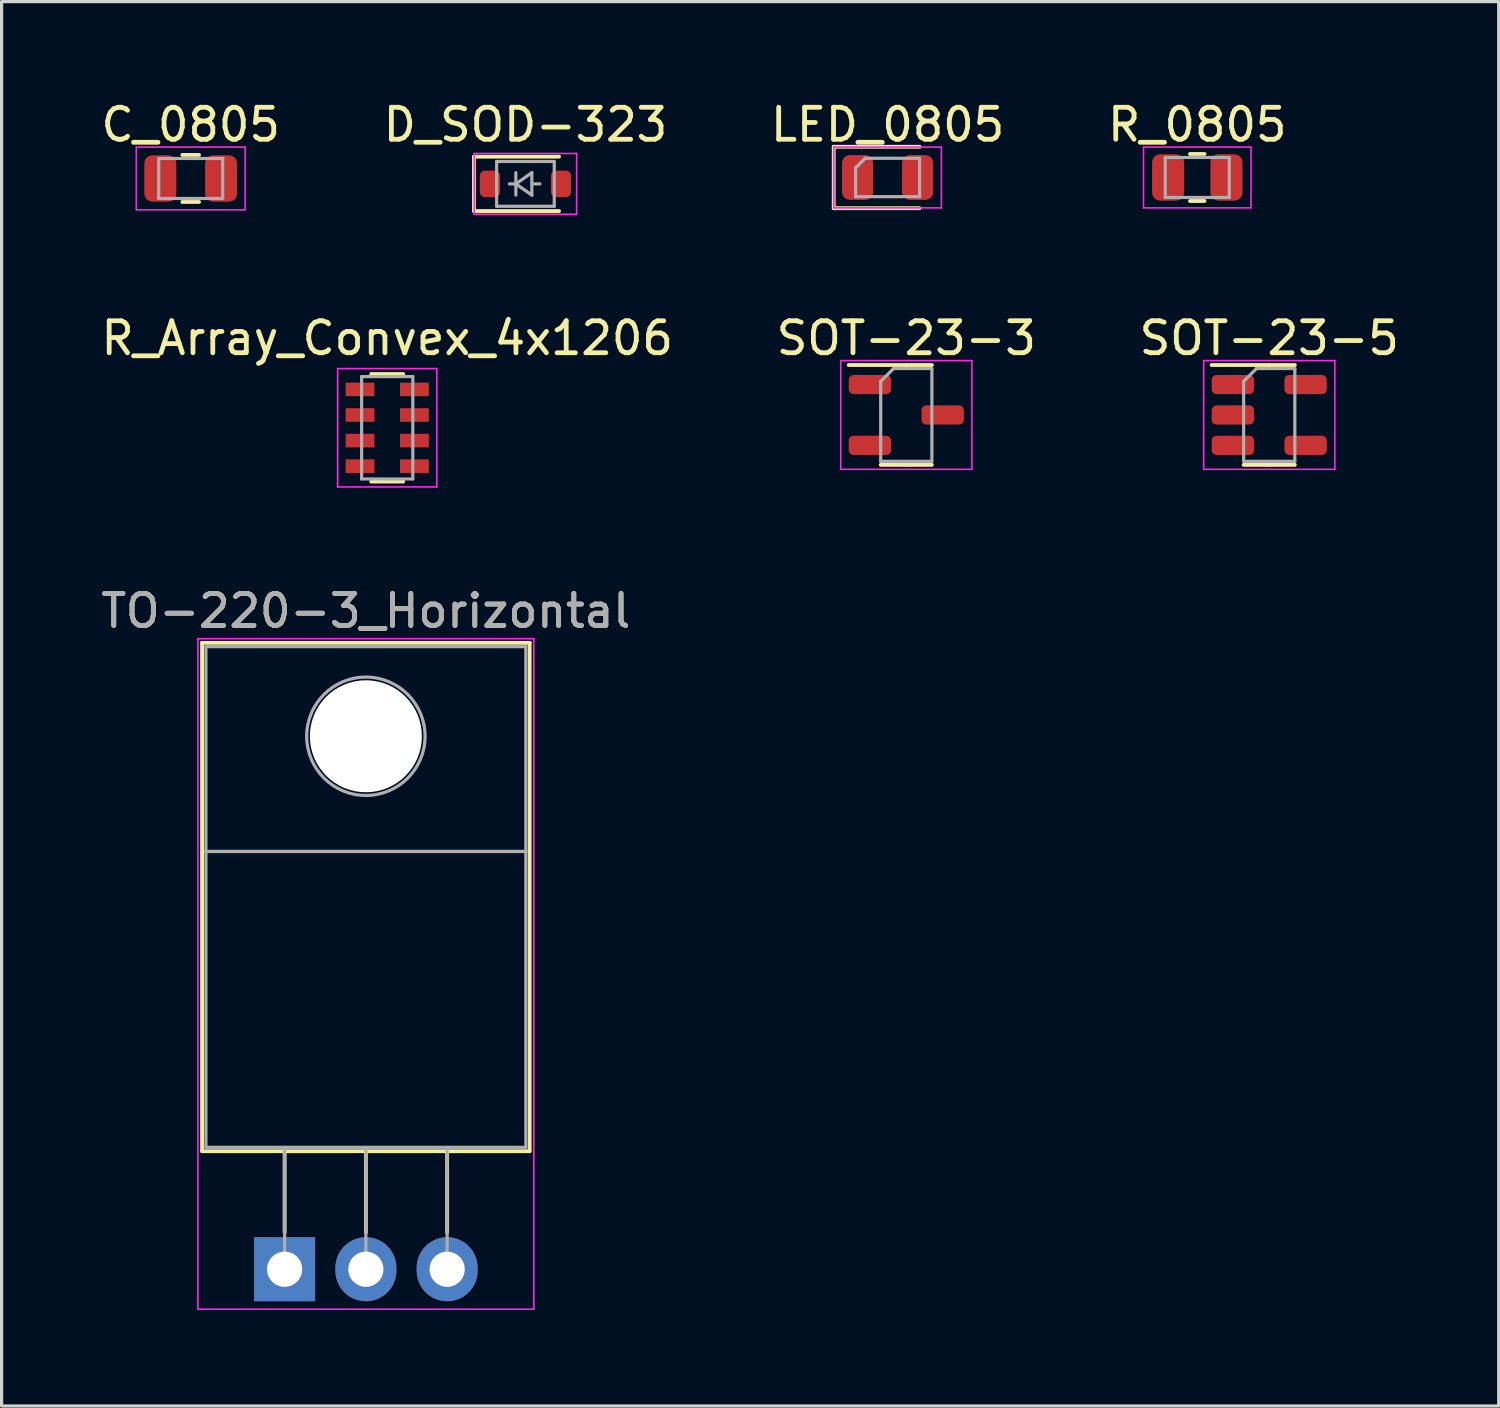
<source format=kicad_pcb>
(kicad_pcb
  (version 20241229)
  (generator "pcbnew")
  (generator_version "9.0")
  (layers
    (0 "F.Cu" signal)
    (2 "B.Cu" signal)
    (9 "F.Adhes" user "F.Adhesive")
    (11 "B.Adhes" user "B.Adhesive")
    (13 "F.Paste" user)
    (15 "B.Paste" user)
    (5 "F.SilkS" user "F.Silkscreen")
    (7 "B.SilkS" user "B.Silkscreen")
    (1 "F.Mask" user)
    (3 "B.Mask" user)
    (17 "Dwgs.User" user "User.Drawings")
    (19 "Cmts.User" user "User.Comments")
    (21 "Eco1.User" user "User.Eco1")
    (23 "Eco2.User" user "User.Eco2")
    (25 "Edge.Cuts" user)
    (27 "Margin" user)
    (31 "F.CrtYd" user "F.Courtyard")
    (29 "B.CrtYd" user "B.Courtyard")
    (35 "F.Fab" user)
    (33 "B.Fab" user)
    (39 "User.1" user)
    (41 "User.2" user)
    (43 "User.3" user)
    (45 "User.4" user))
  (footprint "R_0805"
    (layer "F.Cu")
    (at 34.375 2.498)
    (property "Reference" "R_0805" (at 0 -1.65 0) (layer "F.SilkS") (effects (font (size 1 1) (thickness 0.15))))
    (attr smd)
    (fp_line (start -0.227 -0.735) (end 0.227 -0.735) (stroke (width 0.12) (type solid)) (layer "F.SilkS"))
    (fp_line (start -0.227 0.735) (end 0.227 0.735) (stroke (width 0.12) (type solid)) (layer "F.SilkS"))
    (fp_line (start -1.68 -0.95) (end 1.68 -0.95) (stroke (width 0.05) (type solid)) (layer "F.CrtYd"))
    (fp_line (start -1.68 0.95) (end -1.68 -0.95) (stroke (width 0.05) (type solid)) (layer "F.CrtYd"))
    (fp_line (start 1.68 -0.95) (end 1.68 0.95) (stroke (width 0.05) (type solid)) (layer "F.CrtYd"))
    (fp_line (start 1.68 0.95) (end -1.68 0.95) (stroke (width 0.05) (type solid)) (layer "F.CrtYd"))
    (fp_line (start -1 -0.625) (end 1 -0.625) (stroke (width 0.1) (type solid)) (layer "F.Fab"))
    (fp_line (start -1 0.625) (end -1 -0.625) (stroke (width 0.1) (type solid)) (layer "F.Fab"))
    (fp_line (start 1 -0.625) (end 1 0.625) (stroke (width 0.1) (type solid)) (layer "F.Fab"))
    (fp_line (start 1 0.625) (end -1 0.625) (stroke (width 0.1) (type solid)) (layer "F.Fab"))
    (pad "1" smd roundrect (at -0.912 0) (size 1 1.45) (layers "F.Cu" "F.Mask" "F.Paste") (roundrect_rratio 0.25))
    (pad "2" smd roundrect (at 0.912 0) (size 1 1.45) (layers "F.Cu" "F.Mask" "F.Paste") (roundrect_rratio 0.25)))
  (footprint "D_SOD-323"
    (layer "F.Cu")
    (at 13.375 2.698)
    (property "Reference" "D_SOD-323" (at 0 -1.85 0) (layer "F.SilkS") (effects (font (size 1 1) (thickness 0.15))))
    (attr smd)
    (fp_line (start -1.61 -0.85) (end -1.61 0.85) (stroke (width 0.12) (type solid)) (layer "F.SilkS"))
    (fp_line (start -1.61 -0.85) (end 1.05 -0.85) (stroke (width 0.12) (type solid)) (layer "F.SilkS"))
    (fp_line (start -1.61 0.85) (end 1.05 0.85) (stroke (width 0.12) (type solid)) (layer "F.SilkS"))
    (fp_line (start -1.6 -0.95) (end -1.6 0.95) (stroke (width 0.05) (type solid)) (layer "F.CrtYd"))
    (fp_line (start -1.6 -0.95) (end 1.6 -0.95) (stroke (width 0.05) (type solid)) (layer "F.CrtYd"))
    (fp_line (start -1.6 0.95) (end 1.6 0.95) (stroke (width 0.05) (type solid)) (layer "F.CrtYd"))
    (fp_line (start 1.6 -0.95) (end 1.6 0.95) (stroke (width 0.05) (type solid)) (layer "F.CrtYd"))
    (fp_line (start -0.9 -0.7) (end 0.9 -0.7) (stroke (width 0.1) (type solid)) (layer "F.Fab"))
    (fp_line (start -0.9 0.7) (end -0.9 -0.7) (stroke (width 0.1) (type solid)) (layer "F.Fab"))
    (fp_line (start -0.3 -0.35) (end -0.3 0.35) (stroke (width 0.1) (type solid)) (layer "F.Fab"))
    (fp_line (start -0.3 0) (end -0.5 0) (stroke (width 0.1) (type solid)) (layer "F.Fab"))
    (fp_line (start -0.3 0) (end 0.2 -0.35) (stroke (width 0.1) (type solid)) (layer "F.Fab"))
    (fp_line (start 0.2 -0.35) (end 0.2 0.35) (stroke (width 0.1) (type solid)) (layer "F.Fab"))
    (fp_line (start 0.2 0) (end 0.45 0) (stroke (width 0.1) (type solid)) (layer "F.Fab"))
    (fp_line (start 0.2 0.35) (end -0.3 0) (stroke (width 0.1) (type solid)) (layer "F.Fab"))
    (fp_line (start 0.9 -0.7) (end 0.9 0.7) (stroke (width 0.1) (type solid)) (layer "F.Fab"))
    (fp_line (start 0.9 0.7) (end -0.9 0.7) (stroke (width 0.1) (type solid)) (layer "F.Fab"))
    (pad "1" smd roundrect (at -1.11 0) (size 0.63 0.83) (layers "F.Cu" "F.Mask" "F.Paste") (roundrect_rratio 0.25))
    (pad "2" smd roundrect (at 1.11 0) (size 0.63 0.83) (layers "F.Cu" "F.Mask" "F.Paste") (roundrect_rratio 0.25)))
  (footprint "TO-220-3_Horizontal"
    (layer "F.Cu")
    (at 5.847 36.625)
    (property "Reference" "TO-220-3_Horizontal" (at 2.54 -20.58 0) (layer "F.SilkS") (effects (font (size 1 1) (thickness 0.15))))
    (attr through_hole)
    (fp_line (start -2.58 -19.58) (end -2.58 -3.69) (stroke (width 0.12) (type solid)) (layer "F.SilkS"))
    (fp_line (start -2.58 -19.58) (end 7.66 -19.58) (stroke (width 0.12) (type solid)) (layer "F.SilkS"))
    (fp_line (start -2.58 -3.69) (end 7.66 -3.69) (stroke (width 0.12) (type solid)) (layer "F.SilkS"))
    (fp_line (start 0 -3.69) (end 0 -1.15) (stroke (width 0.12) (type solid)) (layer "F.SilkS"))
    (fp_line (start 2.54 -3.69) (end 2.54 -1.15) (stroke (width 0.12) (type solid)) (layer "F.SilkS"))
    (fp_line (start 5.08 -3.69) (end 5.08 -1.15) (stroke (width 0.12) (type solid)) (layer "F.SilkS"))
    (fp_line (start 7.66 -19.58) (end 7.66 -3.69) (stroke (width 0.12) (type solid)) (layer "F.SilkS"))
    (fp_line (start -2.71 -19.71) (end -2.71 1.25) (stroke (width 0.05) (type solid)) (layer "F.CrtYd"))
    (fp_line (start -2.71 1.25) (end 7.79 1.25) (stroke (width 0.05) (type solid)) (layer "F.CrtYd"))
    (fp_line (start 7.79 -19.71) (end -2.71 -19.71) (stroke (width 0.05) (type solid)) (layer "F.CrtYd"))
    (fp_line (start 7.79 1.25) (end 7.79 -19.71) (stroke (width 0.05) (type solid)) (layer "F.CrtYd"))
    (fp_line (start -2.46 -19.46) (end 7.54 -19.46) (stroke (width 0.1) (type solid)) (layer "F.Fab"))
    (fp_line (start -2.46 -13.06) (end -2.46 -19.46) (stroke (width 0.1) (type solid)) (layer "F.Fab"))
    (fp_line (start -2.46 -13.06) (end 7.54 -13.06) (stroke (width 0.1) (type solid)) (layer "F.Fab"))
    (fp_line (start -2.46 -3.81) (end -2.46 -13.06) (stroke (width 0.1) (type solid)) (layer "F.Fab"))
    (fp_line (start 0 -3.81) (end 0 0) (stroke (width 0.1) (type solid)) (layer "F.Fab"))
    (fp_line (start 2.54 -3.81) (end 2.54 0) (stroke (width 0.1) (type solid)) (layer "F.Fab"))
    (fp_line (start 5.08 -3.81) (end 5.08 0) (stroke (width 0.1) (type solid)) (layer "F.Fab"))
    (fp_line (start 7.54 -19.46) (end 7.54 -13.06) (stroke (width 0.1) (type solid)) (layer "F.Fab"))
    (fp_line (start 7.54 -13.06) (end -2.46 -13.06) (stroke (width 0.1) (type solid)) (layer "F.Fab"))
    (fp_line (start 7.54 -13.06) (end 7.54 -3.81) (stroke (width 0.1) (type solid)) (layer "F.Fab"))
    (fp_line (start 7.54 -3.81) (end -2.46 -3.81) (stroke (width 0.1) (type solid)) (layer "F.Fab"))
    (fp_circle (center 2.54 -16.66) (end 4.39 -16.66) (stroke (width 0.1) (type solid)) (fill no) (layer "F.Fab"))
    (fp_text user "${REFERENCE}" (at 2.54 -20.58 0) (layer "F.Fab") (effects (font (size 1 1) (thickness 0.15))))
    (pad "" np_thru_hole oval (at 2.54 -16.66) (size 3.5 3.5) (drill 3.5) (layers "*.Cu" "*.Mask"))
    (pad "1" thru_hole rect (at 0 0) (size 1.905 2) (drill 1.1) (layers "*.Cu" "*.Mask"))
    (pad "2" thru_hole oval (at 2.54 0) (size 1.905 2) (drill 1.1) (layers "*.Cu" "*.Mask"))
    (pad "3" thru_hole oval (at 5.08 0) (size 1.905 2) (drill 1.1) (layers "*.Cu" "*.Mask")))
  (footprint "SOT-23-3"
    (layer "F.Cu")
    (at 25.28 9.921)
    (property "Reference" "SOT-23-3" (at 0 -2.4 0) (layer "F.SilkS") (effects (font (size 1 1) (thickness 0.15))))
    (attr smd)
    (fp_line (start 0 -1.56) (end -1.8 -1.56) (stroke (width 0.12) (type solid)) (layer "F.SilkS"))
    (fp_line (start 0 -1.56) (end 0.8 -1.56) (stroke (width 0.12) (type solid)) (layer "F.SilkS"))
    (fp_line (start 0 1.56) (end -0.8 1.56) (stroke (width 0.12) (type solid)) (layer "F.SilkS"))
    (fp_line (start 0 1.56) (end 0.8 1.56) (stroke (width 0.12) (type solid)) (layer "F.SilkS"))
    (fp_line (start -2.05 -1.7) (end -2.05 1.7) (stroke (width 0.05) (type solid)) (layer "F.CrtYd"))
    (fp_line (start -2.05 1.7) (end 2.05 1.7) (stroke (width 0.05) (type solid)) (layer "F.CrtYd"))
    (fp_line (start 2.05 -1.7) (end -2.05 -1.7) (stroke (width 0.05) (type solid)) (layer "F.CrtYd"))
    (fp_line (start 2.05 1.7) (end 2.05 -1.7) (stroke (width 0.05) (type solid)) (layer "F.CrtYd"))
    (fp_line (start -0.8 -1.05) (end -0.4 -1.45) (stroke (width 0.1) (type solid)) (layer "F.Fab"))
    (fp_line (start -0.8 1.45) (end -0.8 -1.05) (stroke (width 0.1) (type solid)) (layer "F.Fab"))
    (fp_line (start -0.4 -1.45) (end 0.8 -1.45) (stroke (width 0.1) (type solid)) (layer "F.Fab"))
    (fp_line (start 0.8 -1.45) (end 0.8 1.45) (stroke (width 0.1) (type solid)) (layer "F.Fab"))
    (fp_line (start 0.8 1.45) (end -0.8 1.45) (stroke (width 0.1) (type solid)) (layer "F.Fab"))
    (pad "1" smd roundrect (at -1.137 -0.95) (size 1.325 0.6) (layers "F.Cu" "F.Mask" "F.Paste") (roundrect_rratio 0.25))
    (pad "2" smd roundrect (at -1.137 0.95) (size 1.325 0.6) (layers "F.Cu" "F.Mask" "F.Paste") (roundrect_rratio 0.25))
    (pad "3" smd roundrect (at 1.137 0) (size 1.325 0.6) (layers "F.Cu" "F.Mask" "F.Paste") (roundrect_rratio 0.25)))
  (footprint "C_0805"
    (layer "F.Cu")
    (at 2.911 2.528)
    (property "Reference" "C_0805" (at 0 -1.68 0) (layer "F.SilkS") (effects (font (size 1 1) (thickness 0.15))))
    (attr smd)
    (fp_line (start -0.261 -0.735) (end 0.261 -0.735) (stroke (width 0.12) (type solid)) (layer "F.SilkS"))
    (fp_line (start -0.261 0.735) (end 0.261 0.735) (stroke (width 0.12) (type solid)) (layer "F.SilkS"))
    (fp_line (start -1.7 -0.98) (end 1.7 -0.98) (stroke (width 0.05) (type solid)) (layer "F.CrtYd"))
    (fp_line (start -1.7 0.98) (end -1.7 -0.98) (stroke (width 0.05) (type solid)) (layer "F.CrtYd"))
    (fp_line (start 1.7 -0.98) (end 1.7 0.98) (stroke (width 0.05) (type solid)) (layer "F.CrtYd"))
    (fp_line (start 1.7 0.98) (end -1.7 0.98) (stroke (width 0.05) (type solid)) (layer "F.CrtYd"))
    (fp_line (start -1 -0.625) (end 1 -0.625) (stroke (width 0.1) (type solid)) (layer "F.Fab"))
    (fp_line (start -1 0.625) (end -1 -0.625) (stroke (width 0.1) (type solid)) (layer "F.Fab"))
    (fp_line (start 1 -0.625) (end 1 0.625) (stroke (width 0.1) (type solid)) (layer "F.Fab"))
    (fp_line (start 1 0.625) (end -1 0.625) (stroke (width 0.1) (type solid)) (layer "F.Fab"))
    (pad "1" smd roundrect (at -0.95 0) (size 1 1.45) (layers "F.Cu" "F.Mask" "F.Paste") (roundrect_rratio 0.25))
    (pad "2" smd roundrect (at 0.95 0) (size 1 1.45) (layers "F.Cu" "F.Mask" "F.Paste") (roundrect_rratio 0.25)))
  (footprint "SOT-23-5"
    (layer "F.Cu")
    (at 36.625 9.921)
    (property "Reference" "SOT-23-5" (at 0 -2.4 0) (layer "F.SilkS") (effects (font (size 1 1) (thickness 0.15))))
    (attr smd)
    (fp_line (start 0 -1.56) (end -1.8 -1.56) (stroke (width 0.12) (type solid)) (layer "F.SilkS"))
    (fp_line (start 0 -1.56) (end 0.8 -1.56) (stroke (width 0.12) (type solid)) (layer "F.SilkS"))
    (fp_line (start 0 1.56) (end -0.8 1.56) (stroke (width 0.12) (type solid)) (layer "F.SilkS"))
    (fp_line (start 0 1.56) (end 0.8 1.56) (stroke (width 0.12) (type solid)) (layer "F.SilkS"))
    (fp_line (start -2.05 -1.7) (end -2.05 1.7) (stroke (width 0.05) (type solid)) (layer "F.CrtYd"))
    (fp_line (start -2.05 1.7) (end 2.05 1.7) (stroke (width 0.05) (type solid)) (layer "F.CrtYd"))
    (fp_line (start 2.05 -1.7) (end -2.05 -1.7) (stroke (width 0.05) (type solid)) (layer "F.CrtYd"))
    (fp_line (start 2.05 1.7) (end 2.05 -1.7) (stroke (width 0.05) (type solid)) (layer "F.CrtYd"))
    (fp_line (start -0.8 -1.05) (end -0.4 -1.45) (stroke (width 0.1) (type solid)) (layer "F.Fab"))
    (fp_line (start -0.8 1.45) (end -0.8 -1.05) (stroke (width 0.1) (type solid)) (layer "F.Fab"))
    (fp_line (start -0.4 -1.45) (end 0.8 -1.45) (stroke (width 0.1) (type solid)) (layer "F.Fab"))
    (fp_line (start 0.8 -1.45) (end 0.8 1.45) (stroke (width 0.1) (type solid)) (layer "F.Fab"))
    (fp_line (start 0.8 1.45) (end -0.8 1.45) (stroke (width 0.1) (type solid)) (layer "F.Fab"))
    (pad "1" smd roundrect (at -1.137 -0.95) (size 1.325 0.6) (layers "F.Cu" "F.Mask" "F.Paste") (roundrect_rratio 0.25))
    (pad "2" smd roundrect (at -1.137 0) (size 1.325 0.6) (layers "F.Cu" "F.Mask" "F.Paste") (roundrect_rratio 0.25))
    (pad "3" smd roundrect (at -1.137 0.95) (size 1.325 0.6) (layers "F.Cu" "F.Mask" "F.Paste") (roundrect_rratio 0.25))
    (pad "4" smd roundrect (at 1.137 0.95) (size 1.325 0.6) (layers "F.Cu" "F.Mask" "F.Paste") (roundrect_rratio 0.25))
    (pad "5" smd roundrect (at 1.137 -0.95) (size 1.325 0.6) (layers "F.Cu" "F.Mask" "F.Paste") (roundrect_rratio 0.25)))
  (footprint "LED_0805"
    (layer "F.Cu")
    (at 24.696 2.498)
    (property "Reference" "LED_0805" (at 0 -1.65 0) (layer "F.SilkS") (effects (font (size 1 1) (thickness 0.15))))
    (attr smd)
    (fp_line (start -1.685 -0.96) (end -1.685 0.96) (stroke (width 0.12) (type solid)) (layer "F.SilkS"))
    (fp_line (start -1.685 0.96) (end 1 0.96) (stroke (width 0.12) (type solid)) (layer "F.SilkS"))
    (fp_line (start 1 -0.96) (end -1.685 -0.96) (stroke (width 0.12) (type solid)) (layer "F.SilkS"))
    (fp_line (start -1.68 -0.95) (end 1.68 -0.95) (stroke (width 0.05) (type solid)) (layer "F.CrtYd"))
    (fp_line (start -1.68 0.95) (end -1.68 -0.95) (stroke (width 0.05) (type solid)) (layer "F.CrtYd"))
    (fp_line (start 1.68 -0.95) (end 1.68 0.95) (stroke (width 0.05) (type solid)) (layer "F.CrtYd"))
    (fp_line (start 1.68 0.95) (end -1.68 0.95) (stroke (width 0.05) (type solid)) (layer "F.CrtYd"))
    (fp_line (start -1 -0.3) (end -1 0.6) (stroke (width 0.1) (type solid)) (layer "F.Fab"))
    (fp_line (start -1 0.6) (end 1 0.6) (stroke (width 0.1) (type solid)) (layer "F.Fab"))
    (fp_line (start -0.7 -0.6) (end -1 -0.3) (stroke (width 0.1) (type solid)) (layer "F.Fab"))
    (fp_line (start 1 -0.6) (end -0.7 -0.6) (stroke (width 0.1) (type solid)) (layer "F.Fab"))
    (fp_line (start 1 0.6) (end 1 -0.6) (stroke (width 0.1) (type solid)) (layer "F.Fab"))
    (pad "1" smd roundrect (at -0.938 0) (size 0.975 1.4) (layers "F.Cu" "F.Mask" "F.Paste") (roundrect_rratio 0.25))
    (pad "2" smd roundrect (at 0.938 0) (size 0.975 1.4) (layers "F.Cu" "F.Mask" "F.Paste") (roundrect_rratio 0.25)))
  (footprint "R_Array_Convex_4x1206"
    (layer "F.Cu")
    (at 9.054 10.322)
    (property "Reference" "R_Array_Convex_4x1206" (at 0 -2.8 0) (layer "F.SilkS") (effects (font (size 1 1) (thickness 0.15))))
    (attr smd)
    (fp_line (start 0.5 -1.68) (end -0.5 -1.68) (stroke (width 0.12) (type solid)) (layer "F.SilkS"))
    (fp_line (start 0.5 1.68) (end -0.5 1.68) (stroke (width 0.12) (type solid)) (layer "F.SilkS"))
    (fp_line (start -1.55 -1.85) (end -1.55 1.85) (stroke (width 0.05) (type solid)) (layer "F.CrtYd"))
    (fp_line (start -1.55 -1.85) (end 1.55 -1.85) (stroke (width 0.05) (type solid)) (layer "F.CrtYd"))
    (fp_line (start 1.55 1.85) (end -1.55 1.85) (stroke (width 0.05) (type solid)) (layer "F.CrtYd"))
    (fp_line (start 1.55 1.85) (end 1.55 -1.85) (stroke (width 0.05) (type solid)) (layer "F.CrtYd"))
    (fp_line (start -0.8 -1.6) (end 0.8 -1.6) (stroke (width 0.1) (type solid)) (layer "F.Fab"))
    (fp_line (start -0.8 1.6) (end -0.8 -1.6) (stroke (width 0.1) (type solid)) (layer "F.Fab"))
    (fp_line (start 0.8 -1.6) (end 0.8 1.6) (stroke (width 0.1) (type solid)) (layer "F.Fab"))
    (fp_line (start 0.8 1.6) (end -0.8 1.6) (stroke (width 0.1) (type solid)) (layer "F.Fab"))
    (pad "1" smd rect (at -0.85 -1.2) (size 0.9 0.425) (layers "F.Cu" "F.Mask" "F.Paste"))
    (pad "2" smd rect (at -0.85 -0.4) (size 0.9 0.425) (layers "F.Cu" "F.Mask" "F.Paste"))
    (pad "3" smd rect (at -0.85 0.4) (size 0.9 0.425) (layers "F.Cu" "F.Mask" "F.Paste"))
    (pad "4" smd rect (at -0.85 1.2) (size 0.9 0.425) (layers "F.Cu" "F.Mask" "F.Paste"))
    (pad "5" smd rect (at 0.85 1.2) (size 0.9 0.425) (layers "F.Cu" "F.Mask" "F.Paste"))
    (pad "6" smd rect (at 0.85 0.4) (size 0.9 0.425) (layers "F.Cu" "F.Mask" "F.Paste"))
    (pad "7" smd rect (at 0.85 -0.4) (size 0.9 0.425) (layers "F.Cu" "F.Mask" "F.Paste"))
    (pad "8" smd rect (at 0.85 -1.2) (size 0.9 0.425) (layers "F.Cu" "F.Mask" "F.Paste")))
  (gr_rect
    (start -3 -3)
    (end 43.798 40.9)
    (stroke (width 0.1) (type default))
    (fill no)
    (layer "Edge.Cuts")))
</source>
